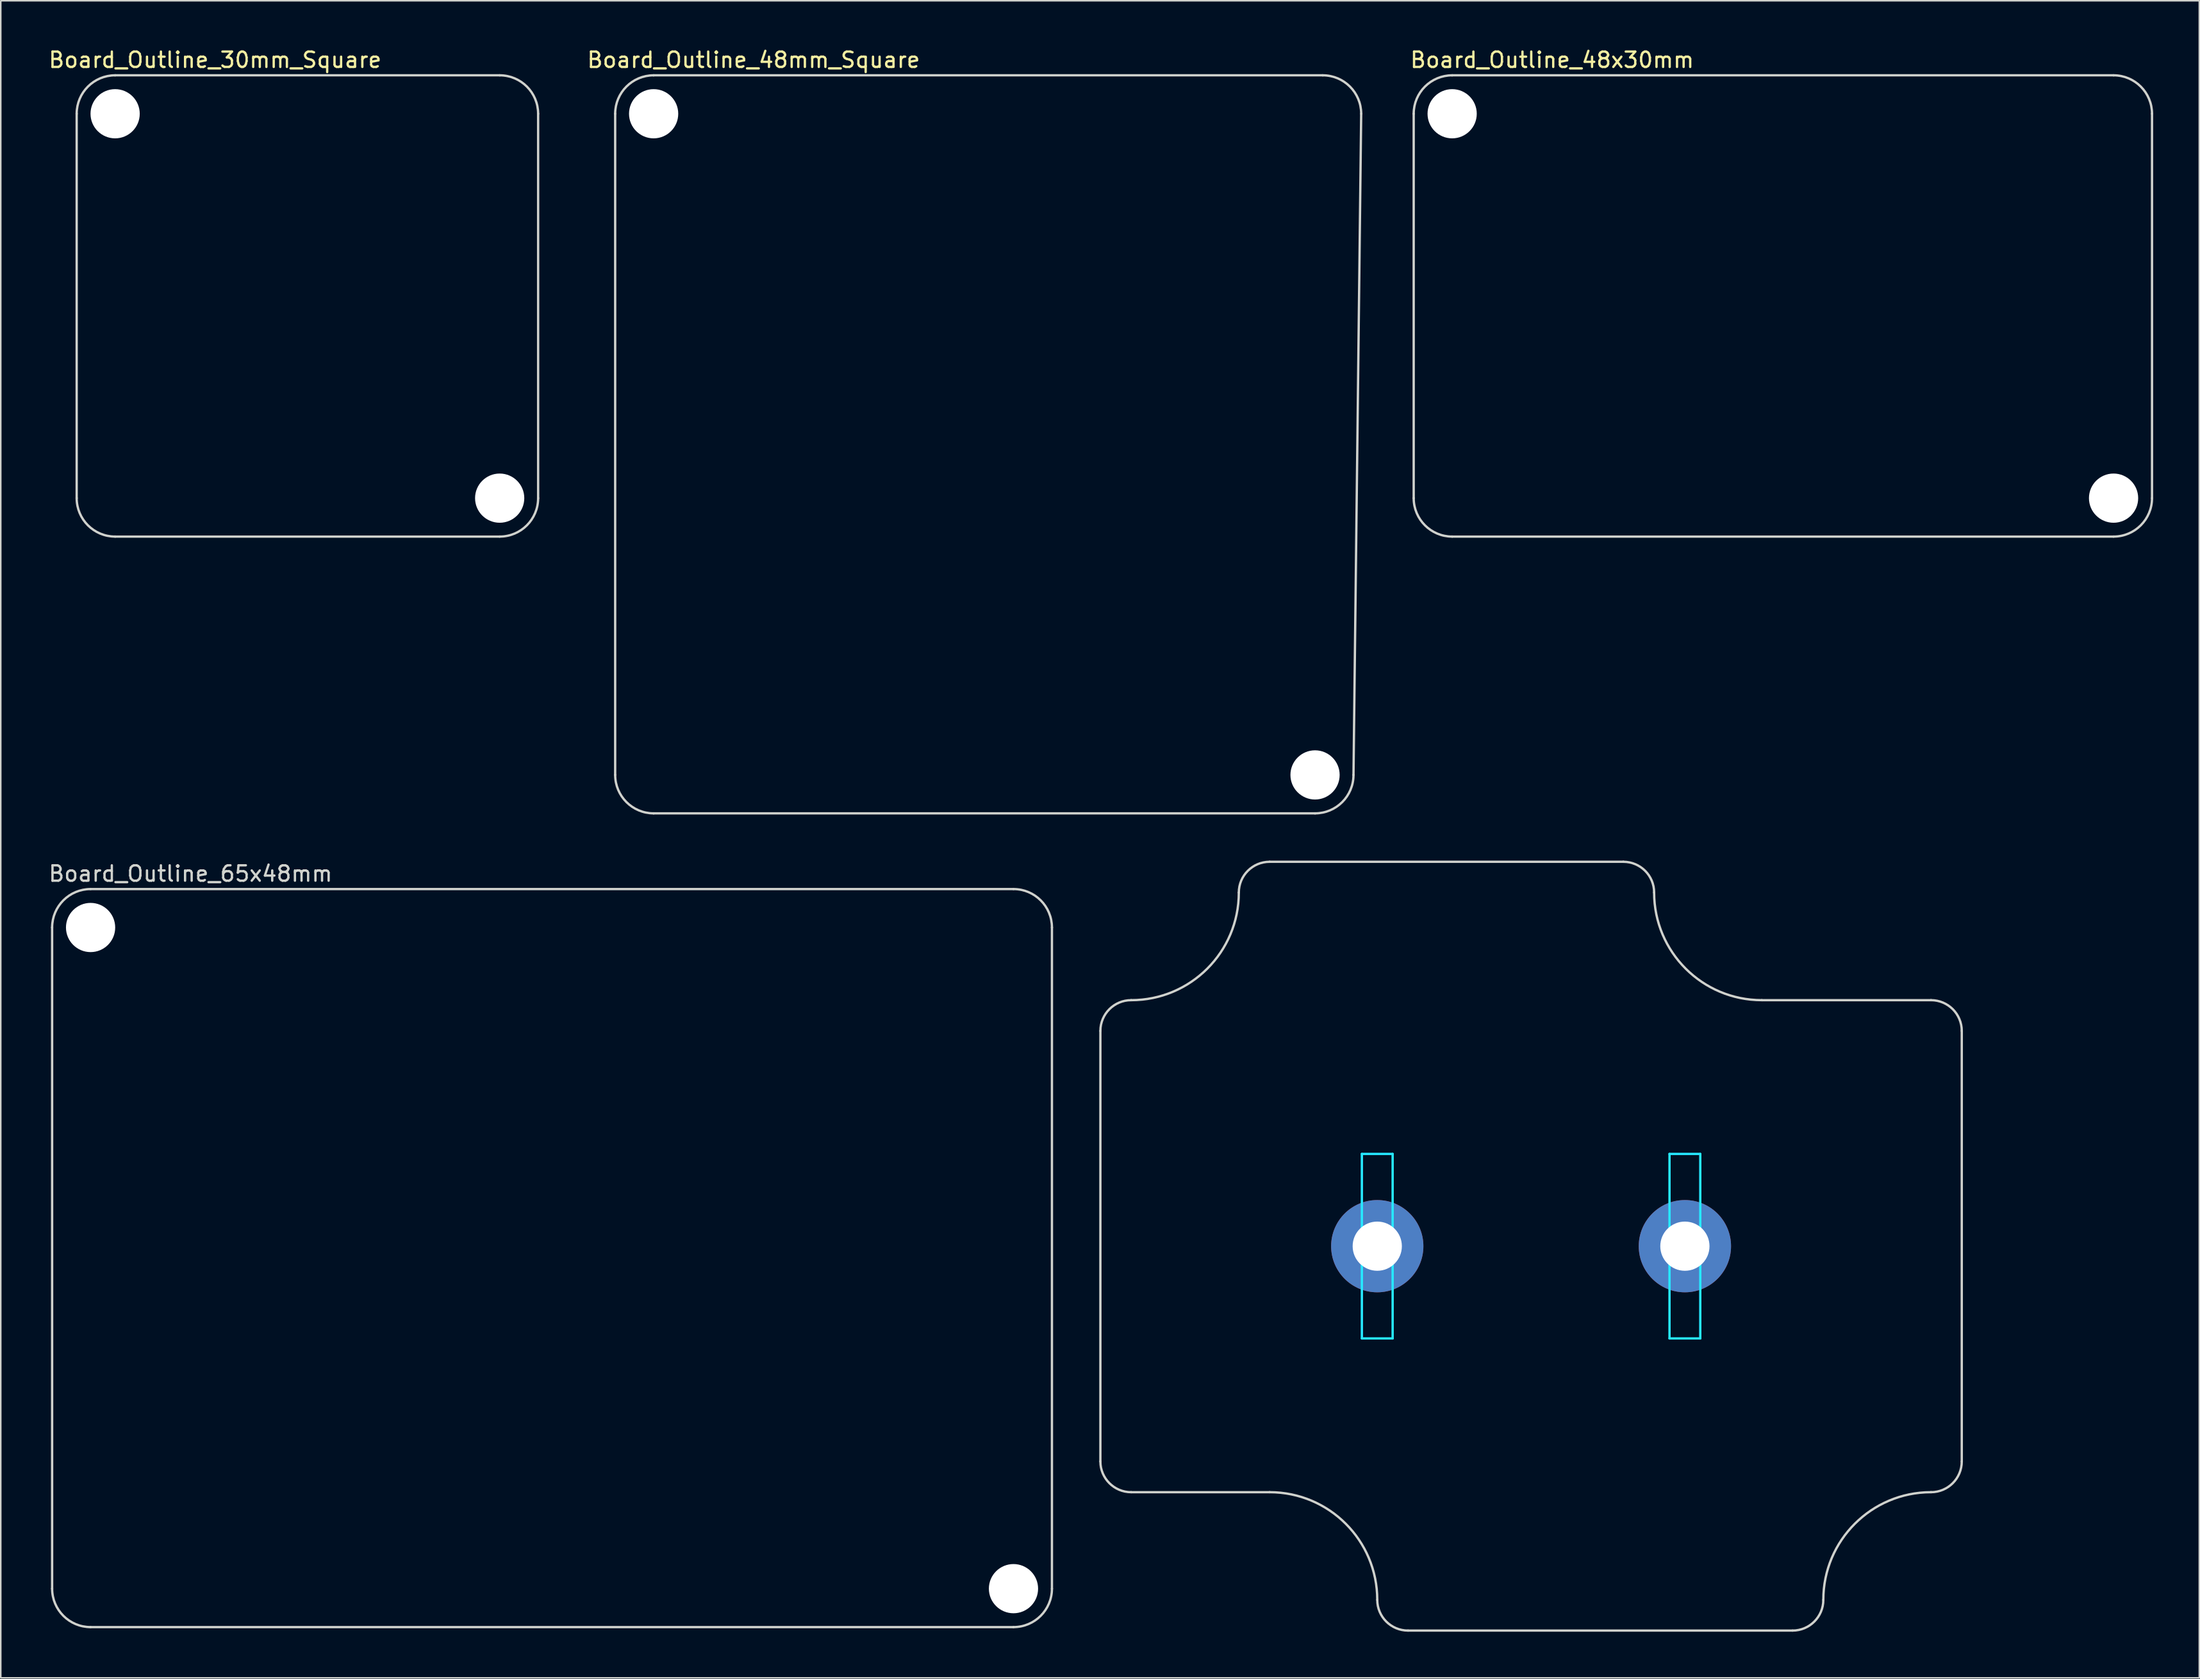
<source format=kicad_pcb>
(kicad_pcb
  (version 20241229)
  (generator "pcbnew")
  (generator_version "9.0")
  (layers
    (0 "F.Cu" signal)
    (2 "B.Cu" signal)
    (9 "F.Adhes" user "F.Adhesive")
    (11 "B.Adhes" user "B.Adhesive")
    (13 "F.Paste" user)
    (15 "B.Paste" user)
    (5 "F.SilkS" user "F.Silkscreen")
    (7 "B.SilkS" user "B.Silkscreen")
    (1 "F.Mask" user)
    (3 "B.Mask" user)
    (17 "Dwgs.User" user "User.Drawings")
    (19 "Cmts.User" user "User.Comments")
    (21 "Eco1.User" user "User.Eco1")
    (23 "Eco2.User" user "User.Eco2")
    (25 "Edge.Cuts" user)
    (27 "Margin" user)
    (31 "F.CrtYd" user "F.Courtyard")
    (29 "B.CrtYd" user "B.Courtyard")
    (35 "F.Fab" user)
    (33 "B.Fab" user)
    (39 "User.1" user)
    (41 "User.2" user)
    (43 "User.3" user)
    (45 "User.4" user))
  (footprint "Board_Outline_30mm_Square"
    (layer "F.Cu")
    (at 1.935 1.848)
    (property "Reference" "Board_Outline_30mm_Square" (at 9 -1 0) (layer "F.SilkS") (effects (font (size 1 1) (thickness 0.15))))
    (attr through_hole)
    (fp_line (start 0 2.5) (end 0 27.5) (stroke (width 0.15) (type solid)) (layer "Edge.Cuts"))
    (fp_line (start 2.5 30) (end 27.5 30) (stroke (width 0.15) (type solid)) (layer "Edge.Cuts"))
    (fp_line (start 27.5 0) (end 2.5 0) (stroke (width 0.15) (type solid)) (layer "Edge.Cuts"))
    (fp_line (start 30 27.5) (end 30 2.5) (stroke (width 0.15) (type solid)) (layer "Edge.Cuts"))
    (fp_arc (start 0 2.5) (mid 0.732233 0.732233) (end 2.5 0) (stroke (width 0.15) (type solid)) (layer "Edge.Cuts"))
    (fp_arc (start 2.5 30) (mid 0.732233 29.267767) (end 0 27.5) (stroke (width 0.15) (type solid)) (layer "Edge.Cuts"))
    (fp_arc (start 27.5 0) (mid 29.267767 0.732233) (end 30 2.5) (stroke (width 0.15) (type solid)) (layer "Edge.Cuts"))
    (fp_arc (start 30 27.5) (mid 29.267767 29.267767) (end 27.5 30) (stroke (width 0.15) (type solid)) (layer "Edge.Cuts"))
    (pad "" np_thru_hole circle (at 2.5 2.5) (size 3.2 3.2) (drill 3.2) (layers "*.Cu" "*.Mask"))
    (pad "" np_thru_hole circle (at 27.5 27.5) (size 3.2 3.2) (drill 3.2) (layers "*.Cu" "*.Mask")))
  (footprint "Board_Outline_65x48mm"
    (layer "F.Cu")
    (at 0.339 54.772)
    (property "Reference" "Board_Outline_65x48mm" (at 9 -1 0) (layer "Edge.Cuts") (effects (font (size 1 1) (thickness 0.15))))
    (attr through_hole)
    (fp_line (start 0 45.5) (end 0 2.5) (stroke (width 0.15) (type solid)) (layer "Edge.Cuts"))
    (fp_line (start 2.5 0) (end 62.5 0) (stroke (width 0.15) (type solid)) (layer "Edge.Cuts"))
    (fp_line (start 62.5 48) (end 2.5 48) (stroke (width 0.15) (type solid)) (layer "Edge.Cuts"))
    (fp_line (start 65 2.5) (end 65 45.5) (stroke (width 0.15) (type solid)) (layer "Edge.Cuts"))
    (fp_arc (start 0 2.5) (mid 0.732233 0.732233) (end 2.5 0) (stroke (width 0.15) (type solid)) (layer "Edge.Cuts"))
    (fp_arc (start 2.5 48) (mid 0.732233 47.267767) (end 0 45.5) (stroke (width 0.15) (type solid)) (layer "Edge.Cuts"))
    (fp_arc (start 62.5 0) (mid 64.267767 0.732233) (end 65 2.5) (stroke (width 0.15) (type solid)) (layer "Edge.Cuts"))
    (fp_arc (start 65 45.5) (mid 64.267767 47.267767) (end 62.5 48) (stroke (width 0.15) (type solid)) (layer "Edge.Cuts"))
    (pad "" np_thru_hole circle (at 2.5 2.5) (size 3.2 3.2) (drill 3.2) (layers "*.Cu" "*.Mask"))
    (pad "" np_thru_hole circle (at 62.5 45.5) (size 3.2 3.2) (drill 3.2) (layers "*.Cu" "*.Mask")))
  (footprint "Board_Outline_48x30mm"
    (layer "F.Cu")
    (at 88.858 1.848)
    (property "Reference" "Board_Outline_48x30mm" (at 9 -1 0) (layer "F.SilkS") (effects (font (size 1 1) (thickness 0.15))))
    (attr through_hole)
    (fp_line (start 0 2.5) (end 0 27.5) (stroke (width 0.15) (type solid)) (layer "Edge.Cuts"))
    (fp_line (start 2.5 0) (end 45.5 0) (stroke (width 0.15) (type solid)) (layer "Edge.Cuts"))
    (fp_line (start 45.5 30) (end 2.5 30) (stroke (width 0.15) (type solid)) (layer "Edge.Cuts"))
    (fp_line (start 48 27.5) (end 48 2.5) (stroke (width 0.15) (type solid)) (layer "Edge.Cuts"))
    (fp_arc (start 0 2.5) (mid 0.732233 0.732233) (end 2.5 0) (stroke (width 0.15) (type solid)) (layer "Edge.Cuts"))
    (fp_arc (start 2.5 30) (mid 0.732233 29.267767) (end 0 27.5) (stroke (width 0.15) (type solid)) (layer "Edge.Cuts"))
    (fp_arc (start 45.5 0) (mid 47.267767 0.732233) (end 48 2.5) (stroke (width 0.15) (type solid)) (layer "Edge.Cuts"))
    (fp_arc (start 48 27.5) (mid 47.267767 29.267767) (end 45.5 30) (stroke (width 0.15) (type solid)) (layer "Edge.Cuts"))
    (pad "" np_thru_hole circle (at 2.5 2.5) (size 3.2 3.2) (drill 3.2) (layers "*.Cu" "*.Mask"))
    (pad "" np_thru_hole circle (at 45.5 27.5) (size 3.2 3.2) (drill 3.2) (layers "*.Cu" "*.Mask")))
  (footprint "Enclosure_63-58-35_Flanged"
    (layer "F.Cu")
    (at 96.489 77.998)
    (property "Reference" "Enclosure_63-58-35_Flanged" (at 22.5 -19.5 0) (layer "Eco1.User") (effects (font (size 1 1) (thickness 0.15))))
    (attr through_hole)
    (fp_line (start -28 -25) (end 28 -25) (stroke (width 0.15) (type solid)) (layer "Eco2.User"))
    (fp_line (start -28 -15) (end -18 -15) (stroke (width 0.15) (type solid)) (layer "Eco2.User"))
    (fp_line (start -28 0) (end -28 -25) (stroke (width 0.15) (type solid)) (layer "Eco2.User"))
    (fp_line (start -28 15) (end -8 15) (stroke (width 0.15) (type solid)) (layer "Eco2.User"))
    (fp_line (start -28 25) (end -28 0) (stroke (width 0.15) (type solid)) (layer "Eco2.User"))
    (fp_line (start -18 -15) (end -18 -25) (stroke (width 0.15) (type solid)) (layer "Eco2.User"))
    (fp_line (start -8 15) (end -8 25) (stroke (width 0.15) (type solid)) (layer "Eco2.User"))
    (fp_line (start 8 -15) (end 8 -25) (stroke (width 0.15) (type solid)) (layer "Eco2.User"))
    (fp_line (start 18 15) (end 28 15) (stroke (width 0.15) (type solid)) (layer "Eco2.User"))
    (fp_line (start 18 25) (end 18 15) (stroke (width 0.15) (type solid)) (layer "Eco2.User"))
    (fp_line (start 28 -25) (end 28 25) (stroke (width 0.15) (type solid)) (layer "Eco2.User"))
    (fp_line (start 28 -15) (end 8 -15) (stroke (width 0.15) (type solid)) (layer "Eco2.User"))
    (fp_line (start 28 25) (end -28 25) (stroke (width 0.15) (type solid)) (layer "Eco2.User"))
    (fp_line (start -28 -14) (end -28 14) (stroke (width 0.15) (type solid)) (layer "Edge.Cuts"))
    (fp_line (start -17 16) (end -26 16) (stroke (width 0.15) (type solid)) (layer "Edge.Cuts"))
    (fp_line (start -8 25) (end 17 25) (stroke (width 0.15) (type solid)) (layer "Edge.Cuts"))
    (fp_line (start 6 -25) (end -17 -25) (stroke (width 0.15) (type solid)) (layer "Edge.Cuts"))
    (fp_line (start 15 -16) (end 26 -16) (stroke (width 0.15) (type solid)) (layer "Edge.Cuts"))
    (fp_line (start 28 14) (end 28 -14) (stroke (width 0.15) (type solid)) (layer "Edge.Cuts"))
    (fp_arc (start -28 -14) (mid -27.414214 -15.414214) (end -26 -16) (stroke (width 0.15) (type solid)) (layer "Edge.Cuts"))
    (fp_arc (start -26 16) (mid -27.414214 15.414214) (end -28 14) (stroke (width 0.15) (type solid)) (layer "Edge.Cuts"))
    (fp_arc (start -19 -23) (mid -21.050253 -18.050253) (end -26 -16) (stroke (width 0.15) (type solid)) (layer "Edge.Cuts"))
    (fp_arc (start -19 -23) (mid -18.414214 -24.414214) (end -17 -25) (stroke (width 0.15) (type solid)) (layer "Edge.Cuts"))
    (fp_arc (start -17 16) (mid -12.050253 18.050253) (end -10 23) (stroke (width 0.15) (type solid)) (layer "Edge.Cuts"))
    (fp_arc (start -8 25) (mid -9.414214 24.414214) (end -10 23) (stroke (width 0.15) (type solid)) (layer "Edge.Cuts"))
    (fp_arc (start 6 -25) (mid 7.414214 -24.414214) (end 8 -23) (stroke (width 0.15) (type solid)) (layer "Edge.Cuts"))
    (fp_arc (start 15 -16) (mid 10.050253 -18.050253) (end 8 -23) (stroke (width 0.15) (type solid)) (layer "Edge.Cuts"))
    (fp_arc (start 19 23) (mid 18.414214 24.414214) (end 17 25) (stroke (width 0.15) (type solid)) (layer "Edge.Cuts"))
    (fp_arc (start 19 23) (mid 21.050253 18.050253) (end 26 16) (stroke (width 0.15) (type solid)) (layer "Edge.Cuts"))
    (fp_arc (start 26 -16) (mid 27.414214 -15.414214) (end 28 -14) (stroke (width 0.15) (type solid)) (layer "Edge.Cuts"))
    (fp_arc (start 28 14) (mid 27.414214 15.414214) (end 26 16) (stroke (width 0.15) (type solid)) (layer "Edge.Cuts"))
    (fp_line (start -11 -6) (end -9 -6) (stroke (width 0.15) (type solid)) (layer "B.CrtYd"))
    (fp_line (start -11 0) (end -11 -6) (stroke (width 0.15) (type solid)) (layer "B.CrtYd"))
    (fp_line (start -11 6) (end -11 0) (stroke (width 0.15) (type solid)) (layer "B.CrtYd"))
    (fp_line (start -9 -6) (end -9 6) (stroke (width 0.15) (type solid)) (layer "B.CrtYd"))
    (fp_line (start -9 6) (end -11 6) (stroke (width 0.15) (type solid)) (layer "B.CrtYd"))
    (fp_line (start 9 -6) (end 11 -6) (stroke (width 0.15) (type solid)) (layer "B.CrtYd"))
    (fp_line (start 9 6) (end 9 -6) (stroke (width 0.15) (type solid)) (layer "B.CrtYd"))
    (fp_line (start 11 -6) (end 11 6) (stroke (width 0.15) (type solid)) (layer "B.CrtYd"))
    (fp_line (start 11 6) (end 9 6) (stroke (width 0.15) (type solid)) (layer "B.CrtYd"))
    (pad "1" thru_hole circle (at -10 0) (size 6 6) (drill 3.2) (layers "*.Cu" "*.Mask"))
    (pad "1" thru_hole circle (at 10 0) (size 6 6) (drill 3.2) (layers "*.Cu" "*.Mask")))
  (footprint "Board_Outline_48mm_Square"
    (layer "F.Cu")
    (at 36.944 1.848)
    (property "Reference" "Board_Outline_48mm_Square" (at 9 -1 0) (layer "F.SilkS") (effects (font (size 1 1) (thickness 0.15))))
    (attr through_hole)
    (fp_line (start 0 2.5) (end 0 45.5) (stroke (width 0.15) (type solid)) (layer "Edge.Cuts"))
    (fp_line (start 2.5 48) (end 45.5 48) (stroke (width 0.15) (type solid)) (layer "Edge.Cuts"))
    (fp_line (start 46 0) (end 2.5 0) (stroke (width 0.15) (type solid)) (layer "Edge.Cuts"))
    (fp_line (start 48 45.5) (end 48.5 2.5) (stroke (width 0.15) (type solid)) (layer "Edge.Cuts"))
    (fp_arc (start 0 2.5) (mid 0.732233 0.732233) (end 2.5 0) (stroke (width 0.15) (type solid)) (layer "Edge.Cuts"))
    (fp_arc (start 2.5 48) (mid 0.732233 47.267767) (end 0 45.5) (stroke (width 0.15) (type solid)) (layer "Edge.Cuts"))
    (fp_arc (start 46 0) (mid 47.767767 0.732233) (end 48.5 2.5) (stroke (width 0.15) (type solid)) (layer "Edge.Cuts"))
    (fp_arc (start 48 45.5) (mid 47.267767 47.267767) (end 45.5 48) (stroke (width 0.15) (type solid)) (layer "Edge.Cuts"))
    (pad "" np_thru_hole circle (at 2.5 2.5) (size 3.2 3.2) (drill 3.2) (layers "*.Cu" "*.Mask"))
    (pad "" np_thru_hole circle (at 45.5 45.5) (size 3.2 3.2) (drill 3.2) (layers "*.Cu" "*.Mask")))
  (gr_rect
    (start -3 -3)
    (end 139.933 106.073)
    (stroke (width 0.1) (type default))
    (fill no)
    (layer "Edge.Cuts")))
</source>
